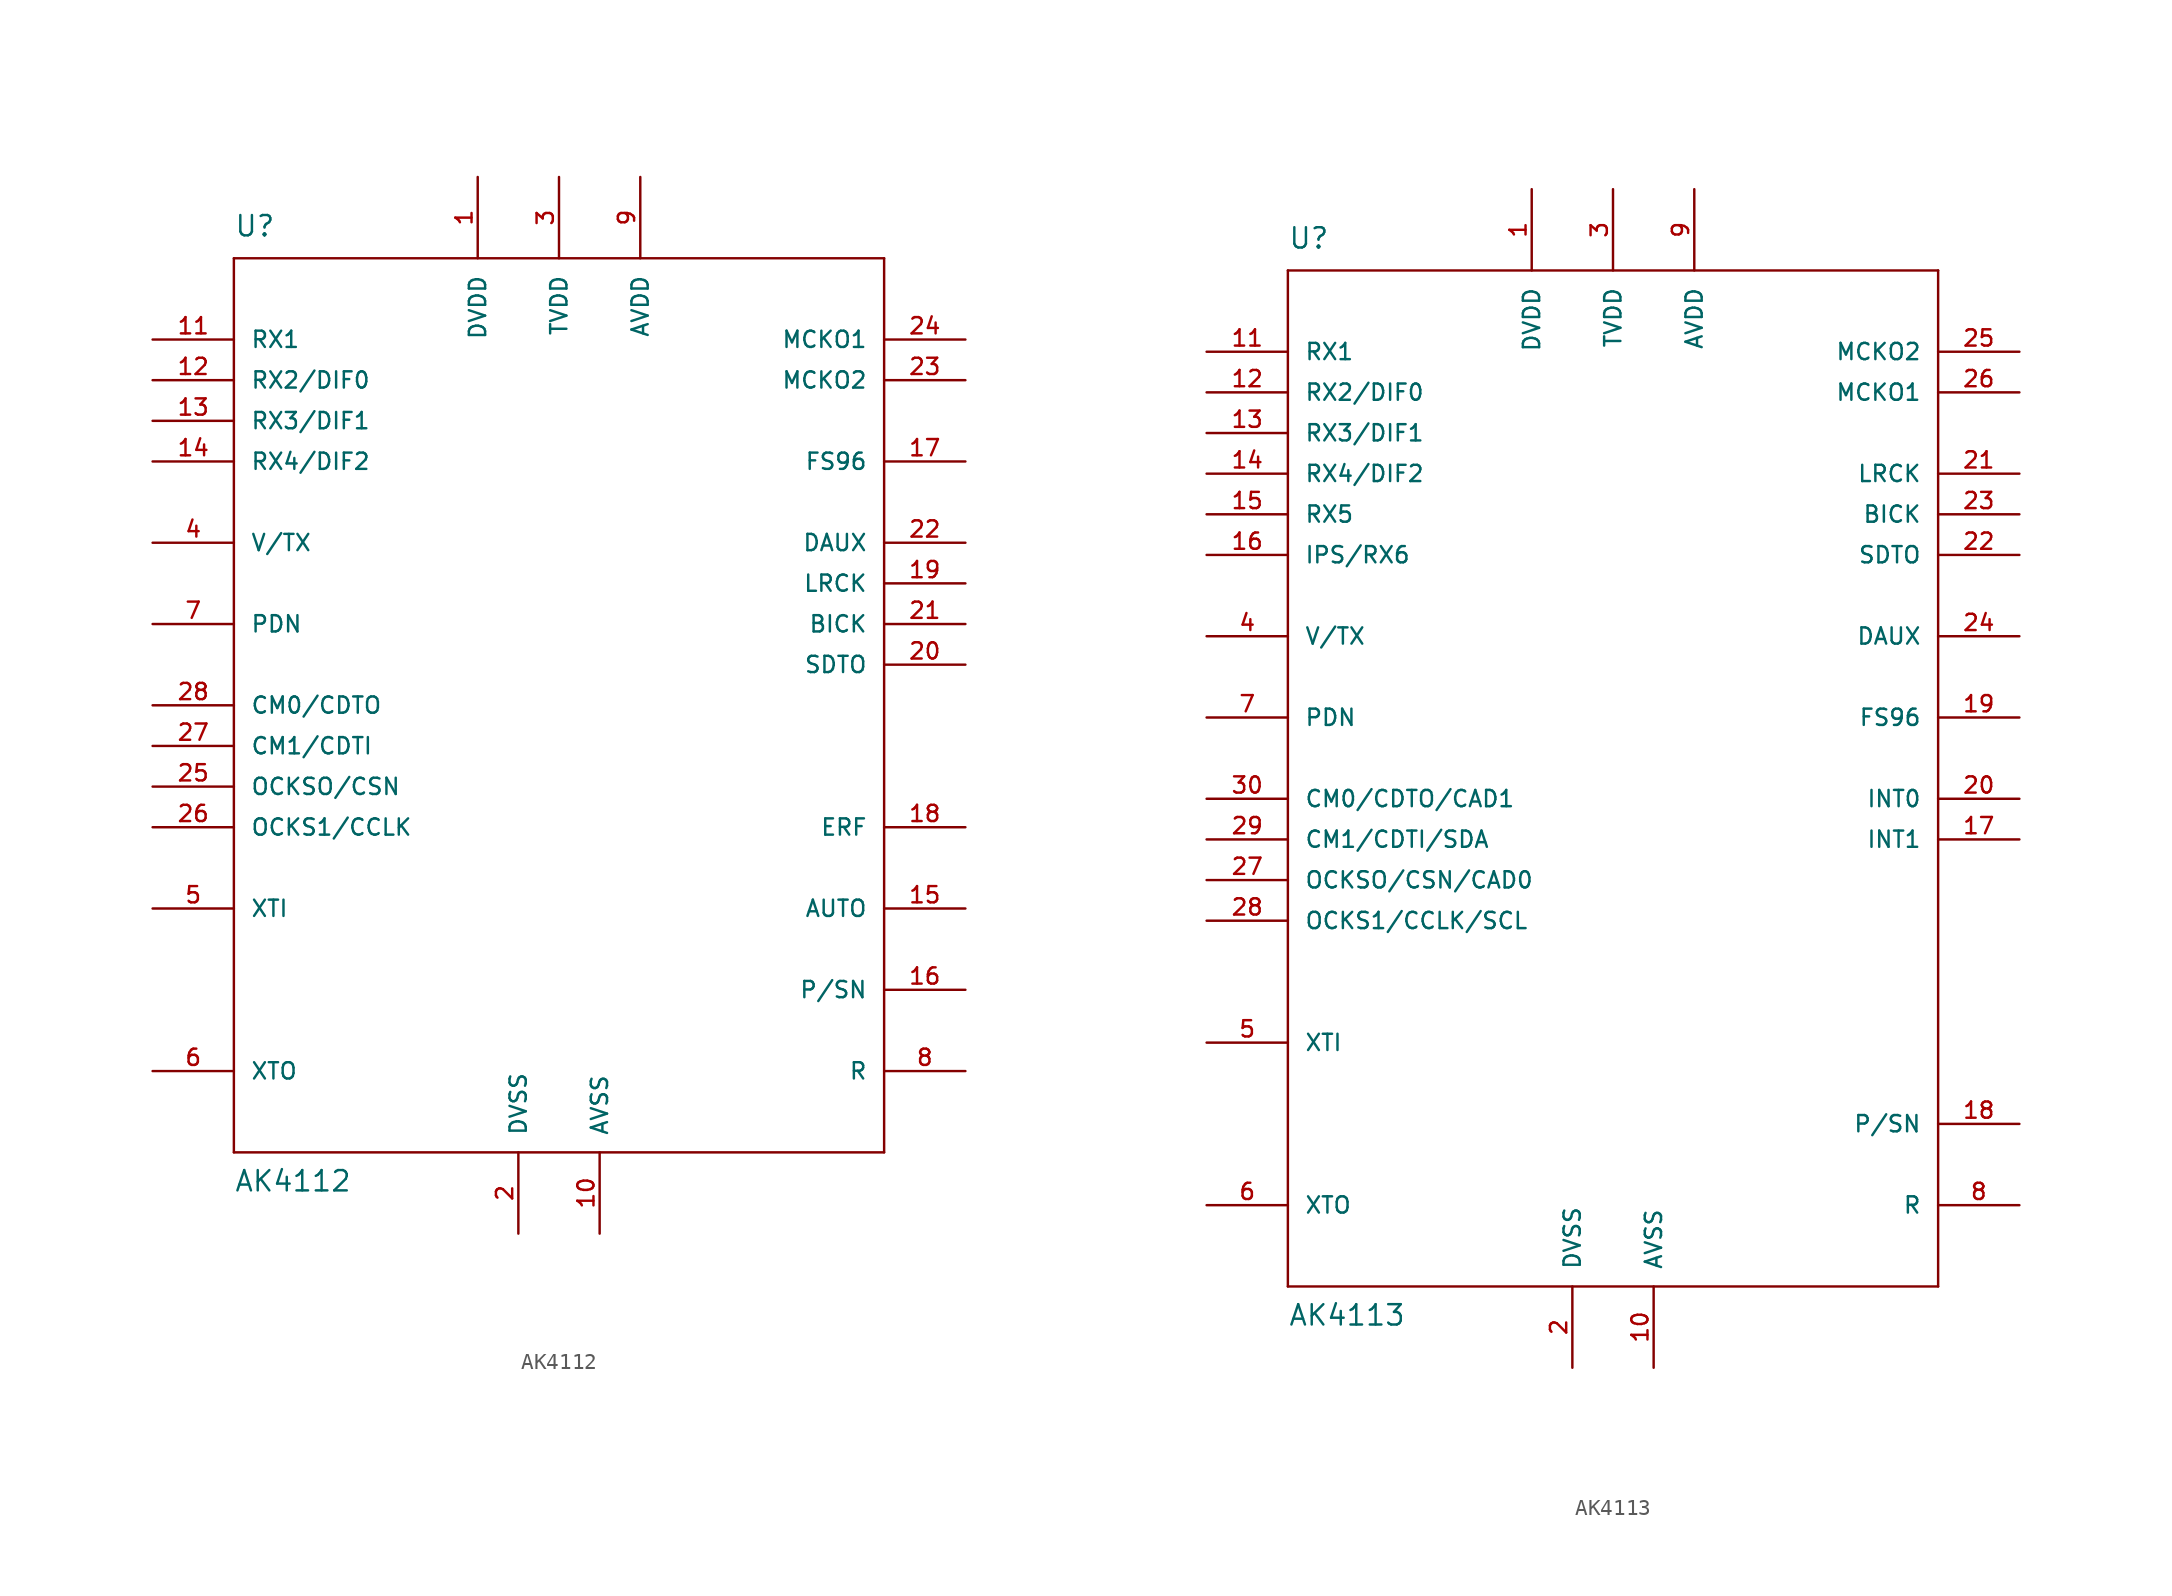
<source format=kicad_sym>
(kicad_symbol_lib
  (version 20211014)
  (generator kicad_symbol_editor)
  (symbol "AK4112"
    (pin_names
      (offset 1.016))
    (property "Reference" "U"
      (at -20.32 29.21 0)
      (effects (font (size 1.27 1.27)) (justify left bottom)))
    (property "Value" "AK4112"
      (at -20.32 -30.48 0)
      (effects (font (size 1.27 1.27)) (justify left bottom)))
    (property "ki_locked" ""
      (at 0 0 0)
      (effects (font (size 1.27 1.27))))
    (symbol "AK4112_1_0"
      (polyline (pts (xy -20.32 -27.94) (xy -20.32 27.94)) (stroke (width 0) (type default) (color 0 0 0 0)) (fill (type none)))
      (polyline (pts (xy -20.32 27.94) (xy 20.32 27.94)) (stroke (width 0) (type default) (color 0 0 0 0)) (fill (type none)))
      (polyline (pts (xy 20.32 -27.94) (xy -20.32 -27.94)) (stroke (width 0) (type default) (color 0 0 0 0)) (fill (type none)))
      (polyline (pts (xy 20.32 27.94) (xy 20.32 -27.94)) (stroke (width 0) (type default) (color 0 0 0 0)) (fill (type none))))
    (symbol "AK4112_1_1"
      (pin power_in line (at -5.08 33.02 270) (length 5.08) (name "DVDD" (effects (font (size 1.016 1.016)))) (number "1" (effects (font (size 1.016 1.016)))))
      (pin power_in line (at 2.54 -33.02 90) (length 5.08) (name "AVSS" (effects (font (size 1.016 1.016)))) (number "10" (effects (font (size 1.016 1.016)))))
      (pin input line (at -25.4 22.86 0) (length 5.08) (name "RX1" (effects (font (size 1.016 1.016)))) (number "11" (effects (font (size 1.016 1.016)))))
      (pin input line (at -25.4 20.32 0) (length 5.08) (name "RX2/DIF0" (effects (font (size 1.016 1.016)))) (number "12" (effects (font (size 1.016 1.016)))))
      (pin input line (at -25.4 17.78 0) (length 5.08) (name "RX3/DIF1" (effects (font (size 1.016 1.016)))) (number "13" (effects (font (size 1.016 1.016)))))
      (pin input line (at -25.4 15.24 0) (length 5.08) (name "RX4/DIF2" (effects (font (size 1.016 1.016)))) (number "14" (effects (font (size 1.016 1.016)))))
      (pin bidirectional line (at 25.4 -12.7 180) (length 5.08) (name "AUTO" (effects (font (size 1.016 1.016)))) (number "15" (effects (font (size 1.016 1.016)))))
      (pin input line (at 25.4 -17.78 180) (length 5.08) (name "P/SN" (effects (font (size 1.016 1.016)))) (number "16" (effects (font (size 1.016 1.016)))))
      (pin bidirectional line (at 25.4 15.24 180) (length 5.08) (name "FS96" (effects (font (size 1.016 1.016)))) (number "17" (effects (font (size 1.016 1.016)))))
      (pin bidirectional line (at 25.4 -7.62 180) (length 5.08) (name "ERF" (effects (font (size 1.016 1.016)))) (number "18" (effects (font (size 1.016 1.016)))))
      (pin bidirectional line (at 25.4 7.62 180) (length 5.08) (name "LRCK" (effects (font (size 1.016 1.016)))) (number "19" (effects (font (size 1.016 1.016)))))
      (pin power_in line (at -2.54 -33.02 90) (length 5.08) (name "DVSS" (effects (font (size 1.016 1.016)))) (number "2" (effects (font (size 1.016 1.016)))))
      (pin output line (at 25.4 2.54 180) (length 5.08) (name "SDTO" (effects (font (size 1.016 1.016)))) (number "20" (effects (font (size 1.016 1.016)))))
      (pin bidirectional line (at 25.4 5.08 180) (length 5.08) (name "BICK" (effects (font (size 1.016 1.016)))) (number "21" (effects (font (size 1.016 1.016)))))
      (pin bidirectional line (at 25.4 10.16 180) (length 5.08) (name "DAUX" (effects (font (size 1.016 1.016)))) (number "22" (effects (font (size 1.016 1.016)))))
      (pin output line (at 25.4 20.32 180) (length 5.08) (name "MCKO2" (effects (font (size 1.016 1.016)))) (number "23" (effects (font (size 1.016 1.016)))))
      (pin output line (at 25.4 22.86 180) (length 5.08) (name "MCKO1" (effects (font (size 1.016 1.016)))) (number "24" (effects (font (size 1.016 1.016)))))
      (pin bidirectional line (at -25.4 -5.08 0) (length 5.08) (name "OCKSO/CSN" (effects (font (size 1.016 1.016)))) (number "25" (effects (font (size 1.016 1.016)))))
      (pin bidirectional line (at -25.4 -7.62 0) (length 5.08) (name "OCKS1/CCLK" (effects (font (size 1.016 1.016)))) (number "26" (effects (font (size 1.016 1.016)))))
      (pin bidirectional line (at -25.4 -2.54 0) (length 5.08) (name "CM1/CDTI" (effects (font (size 1.016 1.016)))) (number "27" (effects (font (size 1.016 1.016)))))
      (pin bidirectional line (at -25.4 0 0) (length 5.08) (name "CM0/CDTO" (effects (font (size 1.016 1.016)))) (number "28" (effects (font (size 1.016 1.016)))))
      (pin power_in line (at 0 33.02 270) (length 5.08) (name "TVDD" (effects (font (size 1.016 1.016)))) (number "3" (effects (font (size 1.016 1.016)))))
      (pin output line (at -25.4 10.16 0) (length 5.08) (name "V/TX" (effects (font (size 1.016 1.016)))) (number "4" (effects (font (size 1.016 1.016)))))
      (pin input line (at -25.4 -12.7 0) (length 5.08) (name "XTI" (effects (font (size 1.016 1.016)))) (number "5" (effects (font (size 1.016 1.016)))))
      (pin output line (at -25.4 -22.86 0) (length 5.08) (name "XTO" (effects (font (size 1.016 1.016)))) (number "6" (effects (font (size 1.016 1.016)))))
      (pin input line (at -25.4 5.08 0) (length 5.08) (name "PDN" (effects (font (size 1.016 1.016)))) (number "7" (effects (font (size 1.016 1.016)))))
      (pin passive line (at 25.4 -22.86 180) (length 5.08) (name "R" (effects (font (size 1.016 1.016)))) (number "8" (effects (font (size 1.016 1.016)))))
      (pin power_in line (at 5.08 33.02 270) (length 5.08) (name "AVDD" (effects (font (size 1.016 1.016)))) (number "9" (effects (font (size 1.016 1.016)))))))
  (symbol "AK4113"
    (pin_names
      (offset 1.016))
    (property "Reference" "U"
      (at -20.32 31.75 0)
      (effects (font (size 1.27 1.27)) (justify left bottom)))
    (property "Value" "AK4113"
      (at -20.32 -35.56 0)
      (effects (font (size 1.27 1.27)) (justify left bottom)))
    (property "ki_locked" ""
      (at 0 0 0)
      (effects (font (size 1.27 1.27))))
    (symbol "AK4113_1_0"
      (polyline (pts (xy -20.32 -33.02) (xy -20.32 30.48)) (stroke (width 0) (type default) (color 0 0 0 0)) (fill (type none)))
      (polyline (pts (xy -20.32 30.48) (xy 20.32 30.48)) (stroke (width 0) (type default) (color 0 0 0 0)) (fill (type none)))
      (polyline (pts (xy 20.32 -33.02) (xy -20.32 -33.02)) (stroke (width 0) (type default) (color 0 0 0 0)) (fill (type none)))
      (polyline (pts (xy 20.32 30.48) (xy 20.32 -33.02)) (stroke (width 0) (type default) (color 0 0 0 0)) (fill (type none))))
    (symbol "AK4113_1_1"
      (pin power_in line (at -5.08 35.56 270) (length 5.08) (name "DVDD" (effects (font (size 1.016 1.016)))) (number "1" (effects (font (size 1.016 1.016)))))
      (pin power_in line (at 2.54 -38.1 90) (length 5.08) (name "AVSS" (effects (font (size 1.016 1.016)))) (number "10" (effects (font (size 1.016 1.016)))))
      (pin input line (at -25.4 25.4 0) (length 5.08) (name "RX1" (effects (font (size 1.016 1.016)))) (number "11" (effects (font (size 1.016 1.016)))))
      (pin input line (at -25.4 22.86 0) (length 5.08) (name "RX2/DIF0" (effects (font (size 1.016 1.016)))) (number "12" (effects (font (size 1.016 1.016)))))
      (pin input line (at -25.4 20.32 0) (length 5.08) (name "RX3/DIF1" (effects (font (size 1.016 1.016)))) (number "13" (effects (font (size 1.016 1.016)))))
      (pin input line (at -25.4 17.78 0) (length 5.08) (name "RX4/DIF2" (effects (font (size 1.016 1.016)))) (number "14" (effects (font (size 1.016 1.016)))))
      (pin input line (at -25.4 15.24 0) (length 5.08) (name "RX5" (effects (font (size 1.016 1.016)))) (number "15" (effects (font (size 1.016 1.016)))))
      (pin input line (at -25.4 12.7 0) (length 5.08) (name "IPS/RX6" (effects (font (size 1.016 1.016)))) (number "16" (effects (font (size 1.016 1.016)))))
      (pin output line (at 25.4 -5.08 180) (length 5.08) (name "INT1" (effects (font (size 1.016 1.016)))) (number "17" (effects (font (size 1.016 1.016)))))
      (pin input line (at 25.4 -22.86 180) (length 5.08) (name "P/SN" (effects (font (size 1.016 1.016)))) (number "18" (effects (font (size 1.016 1.016)))))
      (pin bidirectional line (at 25.4 2.54 180) (length 5.08) (name "FS96" (effects (font (size 1.016 1.016)))) (number "19" (effects (font (size 1.016 1.016)))))
      (pin power_in line (at -2.54 -38.1 90) (length 5.08) (name "DVSS" (effects (font (size 1.016 1.016)))) (number "2" (effects (font (size 1.016 1.016)))))
      (pin output line (at 25.4 -2.54 180) (length 5.08) (name "INT0" (effects (font (size 1.016 1.016)))) (number "20" (effects (font (size 1.016 1.016)))))
      (pin bidirectional line (at 25.4 17.78 180) (length 5.08) (name "LRCK" (effects (font (size 1.016 1.016)))) (number "21" (effects (font (size 1.016 1.016)))))
      (pin output line (at 25.4 12.7 180) (length 5.08) (name "SDTO" (effects (font (size 1.016 1.016)))) (number "22" (effects (font (size 1.016 1.016)))))
      (pin bidirectional line (at 25.4 15.24 180) (length 5.08) (name "BICK" (effects (font (size 1.016 1.016)))) (number "23" (effects (font (size 1.016 1.016)))))
      (pin bidirectional line (at 25.4 7.62 180) (length 5.08) (name "DAUX" (effects (font (size 1.016 1.016)))) (number "24" (effects (font (size 1.016 1.016)))))
      (pin output line (at 25.4 25.4 180) (length 5.08) (name "MCKO2" (effects (font (size 1.016 1.016)))) (number "25" (effects (font (size 1.016 1.016)))))
      (pin output line (at 25.4 22.86 180) (length 5.08) (name "MCKO1" (effects (font (size 1.016 1.016)))) (number "26" (effects (font (size 1.016 1.016)))))
      (pin bidirectional line (at -25.4 -7.62 0) (length 5.08) (name "OCKSO/CSN/CAD0" (effects (font (size 1.016 1.016)))) (number "27" (effects (font (size 1.016 1.016)))))
      (pin bidirectional line (at -25.4 -10.16 0) (length 5.08) (name "OCKS1/CCLK/SCL" (effects (font (size 1.016 1.016)))) (number "28" (effects (font (size 1.016 1.016)))))
      (pin bidirectional line (at -25.4 -5.08 0) (length 5.08) (name "CM1/CDTI/SDA" (effects (font (size 1.016 1.016)))) (number "29" (effects (font (size 1.016 1.016)))))
      (pin power_in line (at 0 35.56 270) (length 5.08) (name "TVDD" (effects (font (size 1.016 1.016)))) (number "3" (effects (font (size 1.016 1.016)))))
      (pin bidirectional line (at -25.4 -2.54 0) (length 5.08) (name "CM0/CDTO/CAD1" (effects (font (size 1.016 1.016)))) (number "30" (effects (font (size 1.016 1.016)))))
      (pin output line (at -25.4 7.62 0) (length 5.08) (name "V/TX" (effects (font (size 1.016 1.016)))) (number "4" (effects (font (size 1.016 1.016)))))
      (pin input line (at -25.4 -17.78 0) (length 5.08) (name "XTI" (effects (font (size 1.016 1.016)))) (number "5" (effects (font (size 1.016 1.016)))))
      (pin output line (at -25.4 -27.94 0) (length 5.08) (name "XTO" (effects (font (size 1.016 1.016)))) (number "6" (effects (font (size 1.016 1.016)))))
      (pin input line (at -25.4 2.54 0) (length 5.08) (name "PDN" (effects (font (size 1.016 1.016)))) (number "7" (effects (font (size 1.016 1.016)))))
      (pin passive line (at 25.4 -27.94 180) (length 5.08) (name "R" (effects (font (size 1.016 1.016)))) (number "8" (effects (font (size 1.016 1.016)))))
      (pin power_in line (at 5.08 35.56 270) (length 5.08) (name "AVDD" (effects (font (size 1.016 1.016)))) (number "9" (effects (font (size 1.016 1.016))))))))
</source>
